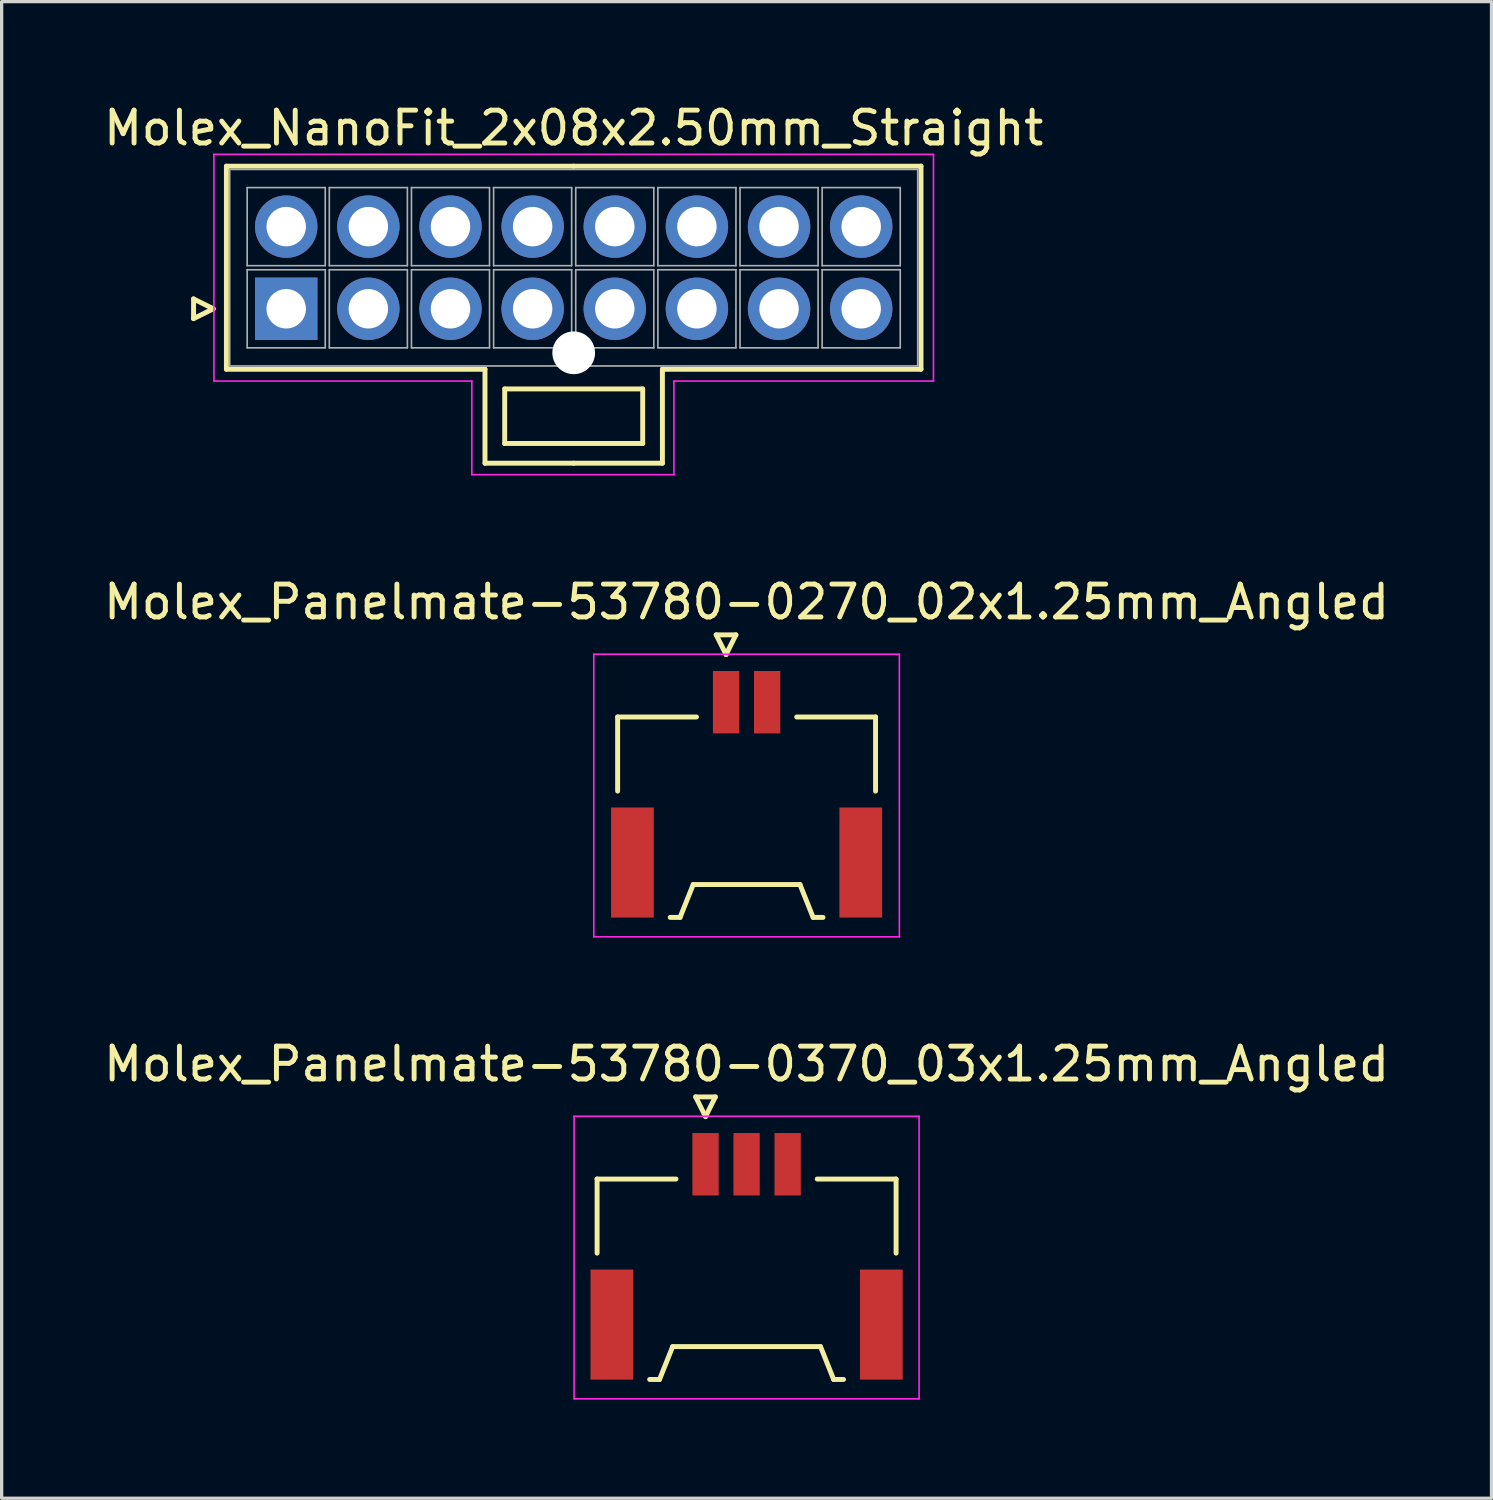
<source format=kicad_pcb>
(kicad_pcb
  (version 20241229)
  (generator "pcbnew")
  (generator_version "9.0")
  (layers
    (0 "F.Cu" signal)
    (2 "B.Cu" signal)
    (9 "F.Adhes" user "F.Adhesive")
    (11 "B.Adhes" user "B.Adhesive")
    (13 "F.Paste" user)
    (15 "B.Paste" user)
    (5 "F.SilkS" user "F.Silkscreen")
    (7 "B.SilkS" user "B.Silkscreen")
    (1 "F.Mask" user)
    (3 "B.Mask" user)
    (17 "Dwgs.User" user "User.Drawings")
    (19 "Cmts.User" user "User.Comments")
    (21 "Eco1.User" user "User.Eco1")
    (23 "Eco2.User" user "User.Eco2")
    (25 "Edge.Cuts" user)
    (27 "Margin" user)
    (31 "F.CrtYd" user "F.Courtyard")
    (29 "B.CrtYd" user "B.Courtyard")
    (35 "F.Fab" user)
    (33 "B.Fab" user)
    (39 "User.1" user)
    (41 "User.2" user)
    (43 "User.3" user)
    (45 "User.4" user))
  (footprint "Molex_NanoFit_2x08x2.50mm_Straight"
    (layer "F.Cu")
    (at 5.661 6.348)
    (property "Reference" "Molex_NanoFit_2x08x2.50mm_Straight" (at 8.75 -5.5 0) (layer "F.SilkS") (effects (font (size 1 1) (thickness 0.15))))
    (attr through_hole)
    (fp_line (start -2.82 -0.3) (end -2.22 0) (stroke (width 0.15) (type solid)) (layer "F.SilkS"))
    (fp_line (start -2.82 0.3) (end -2.82 -0.3) (stroke (width 0.15) (type solid)) (layer "F.SilkS"))
    (fp_line (start -2.22 0) (end -2.82 0.3) (stroke (width 0.15) (type solid)) (layer "F.SilkS"))
    (fp_line (start -1.82 -4.34) (end -1.82 1.84) (stroke (width 0.15) (type solid)) (layer "F.SilkS"))
    (fp_line (start -1.82 1.84) (end 6.05 1.84) (stroke (width 0.15) (type solid)) (layer "F.SilkS"))
    (fp_line (start 6.05 1.84) (end 6.05 4.7) (stroke (width 0.15) (type solid)) (layer "F.SilkS"))
    (fp_line (start 6.05 4.7) (end 8.75 4.7) (stroke (width 0.15) (type solid)) (layer "F.SilkS"))
    (fp_line (start 6.65 2.44) (end 6.65 4.1) (stroke (width 0.15) (type solid)) (layer "F.SilkS"))
    (fp_line (start 6.65 4.1) (end 10.85 4.1) (stroke (width 0.15) (type solid)) (layer "F.SilkS"))
    (fp_line (start 8.75 -4.34) (end -1.82 -4.34) (stroke (width 0.15) (type solid)) (layer "F.SilkS"))
    (fp_line (start 8.75 -4.34) (end 19.32 -4.34) (stroke (width 0.15) (type solid)) (layer "F.SilkS"))
    (fp_line (start 10.85 2.44) (end 6.65 2.44) (stroke (width 0.15) (type solid)) (layer "F.SilkS"))
    (fp_line (start 10.85 4.1) (end 10.85 2.44) (stroke (width 0.15) (type solid)) (layer "F.SilkS"))
    (fp_line (start 11.45 1.84) (end 11.45 4.7) (stroke (width 0.15) (type solid)) (layer "F.SilkS"))
    (fp_line (start 11.45 4.7) (end 8.75 4.7) (stroke (width 0.15) (type solid)) (layer "F.SilkS"))
    (fp_line (start 19.32 -4.34) (end 19.32 1.84) (stroke (width 0.15) (type solid)) (layer "F.SilkS"))
    (fp_line (start 19.32 1.84) (end 11.45 1.84) (stroke (width 0.15) (type solid)) (layer "F.SilkS"))
    (fp_line (start -2.2 -4.7) (end -2.2 2.2) (stroke (width 0.05) (type solid)) (layer "F.CrtYd"))
    (fp_line (start -2.2 2.2) (end 5.65 2.2) (stroke (width 0.05) (type solid)) (layer "F.CrtYd"))
    (fp_line (start 5.65 2.2) (end 5.65 5.05) (stroke (width 0.05) (type solid)) (layer "F.CrtYd"))
    (fp_line (start 5.65 5.05) (end 11.8 5.05) (stroke (width 0.05) (type solid)) (layer "F.CrtYd"))
    (fp_line (start 11.8 2.2) (end 19.7 2.2) (stroke (width 0.05) (type solid)) (layer "F.CrtYd"))
    (fp_line (start 11.8 5.05) (end 11.8 2.2) (stroke (width 0.05) (type solid)) (layer "F.CrtYd"))
    (fp_line (start 19.7 -4.7) (end -2.2 -4.7) (stroke (width 0.05) (type solid)) (layer "F.CrtYd"))
    (fp_line (start 19.7 2.2) (end 19.7 -4.7) (stroke (width 0.05) (type solid)) (layer "F.CrtYd"))
    (fp_line (start -1.72 -4.24) (end -1.72 1.74) (stroke (width 0.05) (type solid)) (layer "F.Fab"))
    (fp_line (start -1.72 1.74) (end 19.22 1.74) (stroke (width 0.05) (type solid)) (layer "F.Fab"))
    (fp_line (start -1.188 -3.688) (end -1.188 -1.312) (stroke (width 0.05) (type solid)) (layer "F.Fab"))
    (fp_line (start -1.188 -1.312) (end 1.188 -1.312) (stroke (width 0.05) (type solid)) (layer "F.Fab"))
    (fp_line (start -1.188 -1.188) (end -1.188 1.188) (stroke (width 0.05) (type solid)) (layer "F.Fab"))
    (fp_line (start -1.188 1.188) (end 1.188 1.188) (stroke (width 0.05) (type solid)) (layer "F.Fab"))
    (fp_line (start 1.188 -3.688) (end -1.188 -3.688) (stroke (width 0.05) (type solid)) (layer "F.Fab"))
    (fp_line (start 1.188 -1.312) (end 1.188 -3.688) (stroke (width 0.05) (type solid)) (layer "F.Fab"))
    (fp_line (start 1.188 -1.188) (end -1.188 -1.188) (stroke (width 0.05) (type solid)) (layer "F.Fab"))
    (fp_line (start 1.188 1.188) (end 1.188 -1.188) (stroke (width 0.05) (type solid)) (layer "F.Fab"))
    (fp_line (start 1.312 -3.688) (end 1.312 -1.312) (stroke (width 0.05) (type solid)) (layer "F.Fab"))
    (fp_line (start 1.312 -1.312) (end 3.688 -1.312) (stroke (width 0.05) (type solid)) (layer "F.Fab"))
    (fp_line (start 1.312 -1.188) (end 1.312 1.188) (stroke (width 0.05) (type solid)) (layer "F.Fab"))
    (fp_line (start 1.312 1.188) (end 3.688 1.188) (stroke (width 0.05) (type solid)) (layer "F.Fab"))
    (fp_line (start 3.688 -3.688) (end 1.312 -3.688) (stroke (width 0.05) (type solid)) (layer "F.Fab"))
    (fp_line (start 3.688 -1.312) (end 3.688 -3.688) (stroke (width 0.05) (type solid)) (layer "F.Fab"))
    (fp_line (start 3.688 -1.188) (end 1.312 -1.188) (stroke (width 0.05) (type solid)) (layer "F.Fab"))
    (fp_line (start 3.688 1.188) (end 3.688 -1.188) (stroke (width 0.05) (type solid)) (layer "F.Fab"))
    (fp_line (start 3.812 -3.688) (end 3.812 -1.312) (stroke (width 0.05) (type solid)) (layer "F.Fab"))
    (fp_line (start 3.812 -1.312) (end 6.188 -1.312) (stroke (width 0.05) (type solid)) (layer "F.Fab"))
    (fp_line (start 3.812 -1.188) (end 3.812 1.188) (stroke (width 0.05) (type solid)) (layer "F.Fab"))
    (fp_line (start 3.812 1.188) (end 6.188 1.188) (stroke (width 0.05) (type solid)) (layer "F.Fab"))
    (fp_line (start 6.188 -3.688) (end 3.812 -3.688) (stroke (width 0.05) (type solid)) (layer "F.Fab"))
    (fp_line (start 6.188 -1.312) (end 6.188 -3.688) (stroke (width 0.05) (type solid)) (layer "F.Fab"))
    (fp_line (start 6.188 -1.188) (end 3.812 -1.188) (stroke (width 0.05) (type solid)) (layer "F.Fab"))
    (fp_line (start 6.188 1.188) (end 6.188 -1.188) (stroke (width 0.05) (type solid)) (layer "F.Fab"))
    (fp_line (start 6.312 -3.688) (end 6.312 -1.312) (stroke (width 0.05) (type solid)) (layer "F.Fab"))
    (fp_line (start 6.312 -1.312) (end 8.688 -1.312) (stroke (width 0.05) (type solid)) (layer "F.Fab"))
    (fp_line (start 6.312 -1.188) (end 6.312 1.188) (stroke (width 0.05) (type solid)) (layer "F.Fab"))
    (fp_line (start 6.312 1.188) (end 8.688 1.188) (stroke (width 0.05) (type solid)) (layer "F.Fab"))
    (fp_line (start 8.688 -3.688) (end 6.312 -3.688) (stroke (width 0.05) (type solid)) (layer "F.Fab"))
    (fp_line (start 8.688 -1.312) (end 8.688 -3.688) (stroke (width 0.05) (type solid)) (layer "F.Fab"))
    (fp_line (start 8.688 -1.188) (end 6.312 -1.188) (stroke (width 0.05) (type solid)) (layer "F.Fab"))
    (fp_line (start 8.688 1.188) (end 8.688 -1.188) (stroke (width 0.05) (type solid)) (layer "F.Fab"))
    (fp_line (start 8.812 -3.688) (end 8.812 -1.312) (stroke (width 0.05) (type solid)) (layer "F.Fab"))
    (fp_line (start 8.812 -1.312) (end 11.188 -1.312) (stroke (width 0.05) (type solid)) (layer "F.Fab"))
    (fp_line (start 8.812 -1.188) (end 8.812 1.188) (stroke (width 0.05) (type solid)) (layer "F.Fab"))
    (fp_line (start 8.812 1.188) (end 11.188 1.188) (stroke (width 0.05) (type solid)) (layer "F.Fab"))
    (fp_line (start 11.188 -3.688) (end 8.812 -3.688) (stroke (width 0.05) (type solid)) (layer "F.Fab"))
    (fp_line (start 11.188 -1.312) (end 11.188 -3.688) (stroke (width 0.05) (type solid)) (layer "F.Fab"))
    (fp_line (start 11.188 -1.188) (end 8.812 -1.188) (stroke (width 0.05) (type solid)) (layer "F.Fab"))
    (fp_line (start 11.188 1.188) (end 11.188 -1.188) (stroke (width 0.05) (type solid)) (layer "F.Fab"))
    (fp_line (start 11.312 -3.688) (end 11.312 -1.312) (stroke (width 0.05) (type solid)) (layer "F.Fab"))
    (fp_line (start 11.312 -1.312) (end 13.688 -1.312) (stroke (width 0.05) (type solid)) (layer "F.Fab"))
    (fp_line (start 11.312 -1.188) (end 11.312 1.188) (stroke (width 0.05) (type solid)) (layer "F.Fab"))
    (fp_line (start 11.312 1.188) (end 13.688 1.188) (stroke (width 0.05) (type solid)) (layer "F.Fab"))
    (fp_line (start 13.688 -3.688) (end 11.312 -3.688) (stroke (width 0.05) (type solid)) (layer "F.Fab"))
    (fp_line (start 13.688 -1.312) (end 13.688 -3.688) (stroke (width 0.05) (type solid)) (layer "F.Fab"))
    (fp_line (start 13.688 -1.188) (end 11.312 -1.188) (stroke (width 0.05) (type solid)) (layer "F.Fab"))
    (fp_line (start 13.688 1.188) (end 13.688 -1.188) (stroke (width 0.05) (type solid)) (layer "F.Fab"))
    (fp_line (start 13.812 -3.688) (end 13.812 -1.312) (stroke (width 0.05) (type solid)) (layer "F.Fab"))
    (fp_line (start 13.812 -1.312) (end 16.188 -1.312) (stroke (width 0.05) (type solid)) (layer "F.Fab"))
    (fp_line (start 13.812 -1.188) (end 13.812 1.188) (stroke (width 0.05) (type solid)) (layer "F.Fab"))
    (fp_line (start 13.812 1.188) (end 16.188 1.188) (stroke (width 0.05) (type solid)) (layer "F.Fab"))
    (fp_line (start 16.188 -3.688) (end 13.812 -3.688) (stroke (width 0.05) (type solid)) (layer "F.Fab"))
    (fp_line (start 16.188 -1.312) (end 16.188 -3.688) (stroke (width 0.05) (type solid)) (layer "F.Fab"))
    (fp_line (start 16.188 -1.188) (end 13.812 -1.188) (stroke (width 0.05) (type solid)) (layer "F.Fab"))
    (fp_line (start 16.188 1.188) (end 16.188 -1.188) (stroke (width 0.05) (type solid)) (layer "F.Fab"))
    (fp_line (start 16.312 -3.688) (end 16.312 -1.312) (stroke (width 0.05) (type solid)) (layer "F.Fab"))
    (fp_line (start 16.312 -1.312) (end 18.688 -1.312) (stroke (width 0.05) (type solid)) (layer "F.Fab"))
    (fp_line (start 16.312 -1.188) (end 16.312 1.188) (stroke (width 0.05) (type solid)) (layer "F.Fab"))
    (fp_line (start 16.312 1.188) (end 18.688 1.188) (stroke (width 0.05) (type solid)) (layer "F.Fab"))
    (fp_line (start 18.688 -3.688) (end 16.312 -3.688) (stroke (width 0.05) (type solid)) (layer "F.Fab"))
    (fp_line (start 18.688 -1.312) (end 18.688 -3.688) (stroke (width 0.05) (type solid)) (layer "F.Fab"))
    (fp_line (start 18.688 -1.188) (end 16.312 -1.188) (stroke (width 0.05) (type solid)) (layer "F.Fab"))
    (fp_line (start 18.688 1.188) (end 18.688 -1.188) (stroke (width 0.05) (type solid)) (layer "F.Fab"))
    (fp_line (start 19.22 -4.24) (end -1.72 -4.24) (stroke (width 0.05) (type solid)) (layer "F.Fab"))
    (fp_line (start 19.22 1.74) (end 19.22 -4.24) (stroke (width 0.05) (type solid)) (layer "F.Fab"))
    (pad "" np_thru_hole circle (at 8.75 1.34) (size 1.3 1.3) (drill 1.3) (layers "*.Cu"))
    (pad "1" thru_hole rect (at 0 0) (size 1.9 1.9) (drill 1.2) (layers "*.Cu" "*.Mask"))
    (pad "2" thru_hole circle (at 2.5 0) (size 1.9 1.9) (drill 1.2) (layers "*.Cu" "*.Mask"))
    (pad "3" thru_hole circle (at 5 0) (size 1.9 1.9) (drill 1.2) (layers "*.Cu" "*.Mask"))
    (pad "4" thru_hole circle (at 7.5 0) (size 1.9 1.9) (drill 1.2) (layers "*.Cu" "*.Mask"))
    (pad "5" thru_hole circle (at 10 0) (size 1.9 1.9) (drill 1.2) (layers "*.Cu" "*.Mask"))
    (pad "6" thru_hole circle (at 12.5 0) (size 1.9 1.9) (drill 1.2) (layers "*.Cu" "*.Mask"))
    (pad "7" thru_hole circle (at 15 0) (size 1.9 1.9) (drill 1.2) (layers "*.Cu" "*.Mask"))
    (pad "8" thru_hole circle (at 17.5 0) (size 1.9 1.9) (drill 1.2) (layers "*.Cu" "*.Mask"))
    (pad "9" thru_hole circle (at 0 -2.5) (size 1.9 1.9) (drill 1.2) (layers "*.Cu" "*.Mask"))
    (pad "10" thru_hole circle (at 2.5 -2.5) (size 1.9 1.9) (drill 1.2) (layers "*.Cu" "*.Mask"))
    (pad "11" thru_hole circle (at 5 -2.5) (size 1.9 1.9) (drill 1.2) (layers "*.Cu" "*.Mask"))
    (pad "12" thru_hole circle (at 7.5 -2.5) (size 1.9 1.9) (drill 1.2) (layers "*.Cu" "*.Mask"))
    (pad "13" thru_hole circle (at 10 -2.5) (size 1.9 1.9) (drill 1.2) (layers "*.Cu" "*.Mask"))
    (pad "14" thru_hole circle (at 12.5 -2.5) (size 1.9 1.9) (drill 1.2) (layers "*.Cu" "*.Mask"))
    (pad "15" thru_hole circle (at 15 -2.5) (size 1.9 1.9) (drill 1.2) (layers "*.Cu" "*.Mask"))
    (pad "16" thru_hole circle (at 17.5 -2.5) (size 1.9 1.9) (drill 1.2) (layers "*.Cu" "*.Mask")))
  (footprint "Molex_Panelmate-53780-0370_03x1.25mm_Angled"
    (layer "F.Cu")
    (at 19.673 34.825)
    (property "Reference" "Molex_Panelmate-53780-0370_03x1.25mm_Angled" (at 0 -5.49 0) (layer "F.SilkS") (effects (font (size 1 1) (thickness 0.15))))
    (attr smd)
    (fp_line (start -4.55 -1.99) (end -4.55 0.265) (stroke (width 0.15) (type solid)) (layer "F.SilkS"))
    (fp_line (start -2.95 4.11) (end -2.65 4.11) (stroke (width 0.15) (type solid)) (layer "F.SilkS"))
    (fp_line (start -2.65 4.11) (end -2.25 3.11) (stroke (width 0.15) (type solid)) (layer "F.SilkS"))
    (fp_line (start -2.25 3.11) (end 2.25 3.11) (stroke (width 0.15) (type solid)) (layer "F.SilkS"))
    (fp_line (start -2.15 -1.99) (end -4.55 -1.99) (stroke (width 0.15) (type solid)) (layer "F.SilkS"))
    (fp_line (start -1.55 -4.49) (end -1.25 -3.89) (stroke (width 0.15) (type solid)) (layer "F.SilkS"))
    (fp_line (start -1.25 -3.89) (end -0.95 -4.49) (stroke (width 0.15) (type solid)) (layer "F.SilkS"))
    (fp_line (start -0.95 -4.49) (end -1.55 -4.49) (stroke (width 0.15) (type solid)) (layer "F.SilkS"))
    (fp_line (start 2.15 -1.99) (end 4.55 -1.99) (stroke (width 0.15) (type solid)) (layer "F.SilkS"))
    (fp_line (start 2.25 3.11) (end 2.65 4.11) (stroke (width 0.15) (type solid)) (layer "F.SilkS"))
    (fp_line (start 2.65 4.11) (end 2.95 4.11) (stroke (width 0.15) (type solid)) (layer "F.SilkS"))
    (fp_line (start 4.55 -1.99) (end 4.55 0.265) (stroke (width 0.15) (type solid)) (layer "F.SilkS"))
    (fp_line (start -5.25 -3.9) (end -5.25 4.7) (stroke (width 0.05) (type solid)) (layer "F.CrtYd"))
    (fp_line (start -5.25 4.7) (end 5.25 4.7) (stroke (width 0.05) (type solid)) (layer "F.CrtYd"))
    (fp_line (start 5.25 -3.9) (end -5.25 -3.9) (stroke (width 0.05) (type solid)) (layer "F.CrtYd"))
    (fp_line (start 5.25 4.7) (end 5.25 -3.9) (stroke (width 0.05) (type solid)) (layer "F.CrtYd"))
    (pad "" smd rect (at -4.1 2.44) (size 1.3 3.35) (layers "F.Cu" "F.Mask" "F.Paste"))
    (pad "" smd rect (at 4.1 2.44) (size 1.3 3.35) (layers "F.Cu" "F.Mask" "F.Paste"))
    (pad "1" smd rect (at -1.25 -2.44) (size 0.8 1.9) (layers "F.Cu" "F.Mask" "F.Paste"))
    (pad "2" smd rect (at 0 -2.44) (size 0.8 1.9) (layers "F.Cu" "F.Mask" "F.Paste"))
    (pad "3" smd rect (at 1.25 -2.44) (size 0.8 1.9) (layers "F.Cu" "F.Mask" "F.Paste")))
  (footprint "Molex_Panelmate-53780-0270_02x1.25mm_Angled"
    (layer "F.Cu")
    (at 19.673 20.762)
    (property "Reference" "Molex_Panelmate-53780-0270_02x1.25mm_Angled" (at 0 -5.49 0) (layer "F.SilkS") (effects (font (size 1 1) (thickness 0.15))))
    (attr smd)
    (fp_line (start -3.925 -1.99) (end -3.925 0.265) (stroke (width 0.15) (type solid)) (layer "F.SilkS"))
    (fp_line (start -2.325 4.11) (end -2.025 4.11) (stroke (width 0.15) (type solid)) (layer "F.SilkS"))
    (fp_line (start -2.025 4.11) (end -1.625 3.11) (stroke (width 0.15) (type solid)) (layer "F.SilkS"))
    (fp_line (start -1.625 3.11) (end 1.625 3.11) (stroke (width 0.15) (type solid)) (layer "F.SilkS"))
    (fp_line (start -1.525 -1.99) (end -3.925 -1.99) (stroke (width 0.15) (type solid)) (layer "F.SilkS"))
    (fp_line (start -0.925 -4.49) (end -0.625 -3.89) (stroke (width 0.15) (type solid)) (layer "F.SilkS"))
    (fp_line (start -0.625 -3.89) (end -0.325 -4.49) (stroke (width 0.15) (type solid)) (layer "F.SilkS"))
    (fp_line (start -0.325 -4.49) (end -0.925 -4.49) (stroke (width 0.15) (type solid)) (layer "F.SilkS"))
    (fp_line (start 1.525 -1.99) (end 3.925 -1.99) (stroke (width 0.15) (type solid)) (layer "F.SilkS"))
    (fp_line (start 1.625 3.11) (end 2.025 4.11) (stroke (width 0.15) (type solid)) (layer "F.SilkS"))
    (fp_line (start 2.025 4.11) (end 2.325 4.11) (stroke (width 0.15) (type solid)) (layer "F.SilkS"))
    (fp_line (start 3.925 -1.99) (end 3.925 0.265) (stroke (width 0.15) (type solid)) (layer "F.SilkS"))
    (fp_line (start -4.65 -3.9) (end -4.65 4.7) (stroke (width 0.05) (type solid)) (layer "F.CrtYd"))
    (fp_line (start -4.65 4.7) (end 4.65 4.7) (stroke (width 0.05) (type solid)) (layer "F.CrtYd"))
    (fp_line (start 4.65 -3.9) (end -4.65 -3.9) (stroke (width 0.05) (type solid)) (layer "F.CrtYd"))
    (fp_line (start 4.65 4.7) (end 4.65 -3.9) (stroke (width 0.05) (type solid)) (layer "F.CrtYd"))
    (pad "" smd rect (at -3.475 2.44) (size 1.3 3.35) (layers "F.Cu" "F.Mask" "F.Paste"))
    (pad "" smd rect (at 3.475 2.44) (size 1.3 3.35) (layers "F.Cu" "F.Mask" "F.Paste"))
    (pad "1" smd rect (at -0.625 -2.44) (size 0.8 1.9) (layers "F.Cu" "F.Mask" "F.Paste"))
    (pad "2" smd rect (at 0.625 -2.44) (size 0.8 1.9) (layers "F.Cu" "F.Mask" "F.Paste")))
  (gr_rect
    (start -3 -3)
    (end 42.345 42.55)
    (stroke (width 0.1) (type default))
    (fill no)
    (layer "Edge.Cuts")))
</source>
